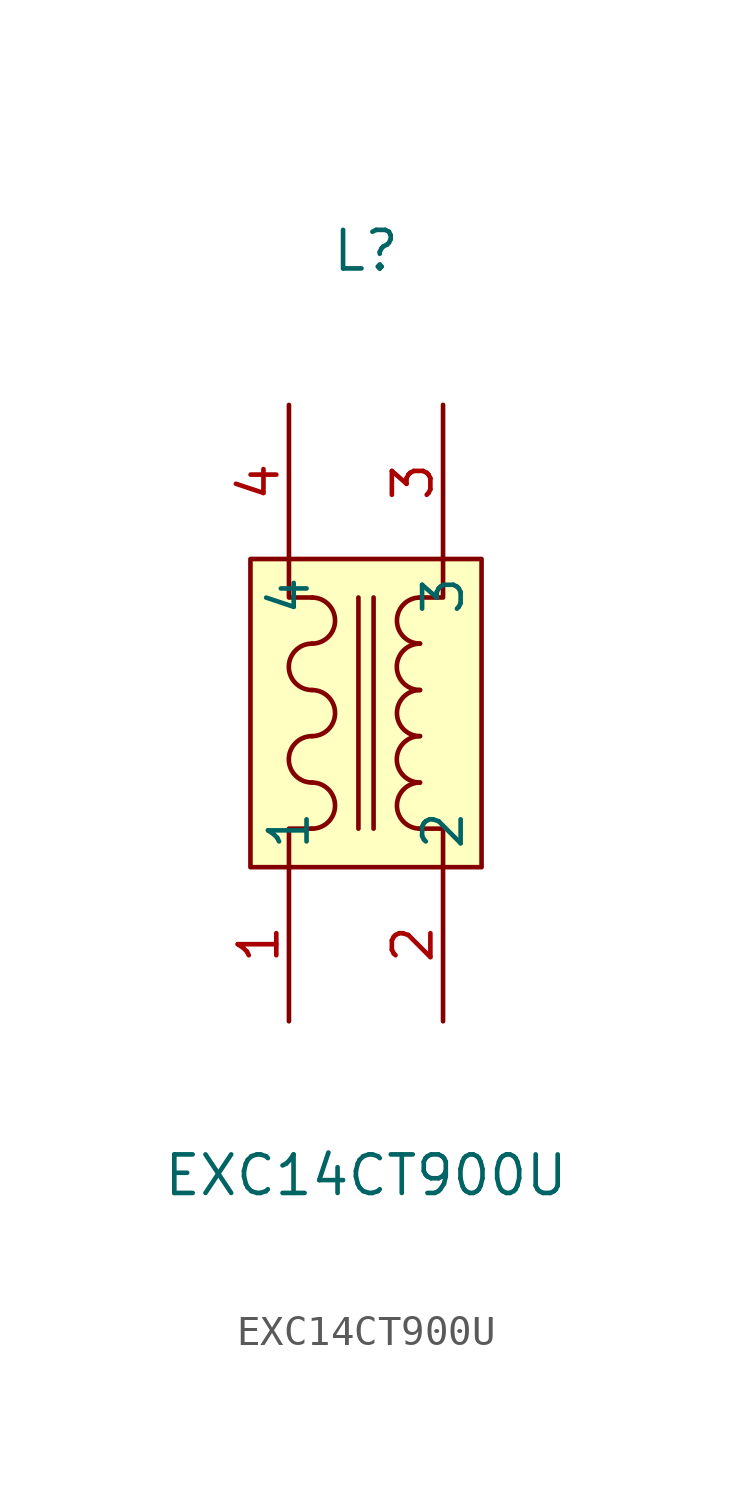
<source format=kicad_sym>
(kicad_symbol_lib
  (version 20211014)
  (generator https://github.com/uPesy/easyeda2kicad.py)
  (symbol "EXC14CT900U"
    (property "Reference" "L"
      (at 0 15.24 0)
      (effects (font (size 1.27 1.27))))
    (property "Value" "EXC14CT900U"
      (at 0 -15.24 0)
      (effects (font (size 1.27 1.27))))
    (symbol "EXC14CT900U_0_1"
      (rectangle (start -3.81 5.08) (end 3.81 -5.08) (stroke (width 0) (type default) (color 0 0 0 0)) (fill (type background)))
      (arc (start 1.78 -2.29) (mid 1.09 -2.73) (end 1.78 -3.81) (stroke (width 0) (type default) (color 0 0 0 0)) (fill (type none)))
      (arc (start 1.78 0.76) (mid 1.09 0.32) (end 1.78 -0.76) (stroke (width 0) (type default) (color 0 0 0 0)) (fill (type none)))
      (arc (start 1.78 3.81) (mid 1.09 3.37) (end 1.78 2.29) (stroke (width 0) (type default) (color 0 0 0 0)) (fill (type none)))
      (arc (start 1.78 -0.76) (mid 1.09 -1.21) (end 1.78 -2.29) (stroke (width 0) (type default) (color 0 0 0 0)) (fill (type none)))
      (arc (start 1.78 2.29) (mid 1.09 1.84) (end 1.78 0.76) (stroke (width 0) (type default) (color 0 0 0 0)) (fill (type none)))
      (arc (start -1.78 2.29) (mid -2.47 3.37) (end -1.78 3.81) (stroke (width 0) (type default) (color 0 0 0 0)) (fill (type none)))
      (arc (start -1.78 -0.76) (mid -2.47 0.32) (end -1.78 0.76) (stroke (width 0) (type default) (color 0 0 0 0)) (fill (type none)))
      (arc (start -1.78 -3.81) (mid -2.47 -2.73) (end -1.78 -2.29) (stroke (width 0) (type default) (color 0 0 0 0)) (fill (type none)))
      (arc (start -1.78 0.76) (mid -2.47 1.84) (end -1.78 2.29) (stroke (width 0) (type default) (color 0 0 0 0)) (fill (type none)))
      (arc (start -1.78 -2.29) (mid -2.47 -1.21) (end -1.78 -0.76) (stroke (width 0) (type default) (color 0 0 0 0)) (fill (type none)))
      (polyline (pts (xy -0.25 -3.81) (xy -0.25 3.81)) (stroke (width 0) (type default) (color 0 0 0 0)) (fill (type none)))
      (polyline (pts (xy 0.25 -3.81) (xy 0.25 3.81)) (stroke (width 0) (type default) (color 0 0 0 0)) (fill (type none)))
      (polyline (pts (xy -1.78 3.81) (xy -2.54 3.81) (xy -2.54 5.08)) (stroke (width 0) (type default) (color 0 0 0 0)) (fill (type none)))
      (polyline (pts (xy -1.78 -3.81) (xy -2.54 -3.81) (xy -2.54 -5.08)) (stroke (width 0) (type default) (color 0 0 0 0)) (fill (type none)))
      (polyline (pts (xy 1.78 -3.81) (xy 2.54 -3.81) (xy 2.54 -5.08)) (stroke (width 0) (type default) (color 0 0 0 0)) (fill (type none)))
      (polyline (pts (xy 1.78 3.81) (xy 2.54 3.81) (xy 2.54 5.08)) (stroke (width 0) (type default) (color 0 0 0 0)) (fill (type none)))
      (pin unspecified line (at -2.54 -10.16 90) (length 5.08) (name "1" (effects (font (size 1.27 1.27)))) (number "1" (effects (font (size 1.27 1.27)))))
      (pin unspecified line (at 2.54 -10.16 90) (length 5.08) (name "2" (effects (font (size 1.27 1.27)))) (number "2" (effects (font (size 1.27 1.27)))))
      (pin unspecified line (at 2.54 10.16 270) (length 5.08) (name "3" (effects (font (size 1.27 1.27)))) (number "3" (effects (font (size 1.27 1.27)))))
      (pin unspecified line (at -2.54 10.16 270) (length 5.08) (name "4" (effects (font (size 1.27 1.27)))) (number "4" (effects (font (size 1.27 1.27))))))))
</source>
